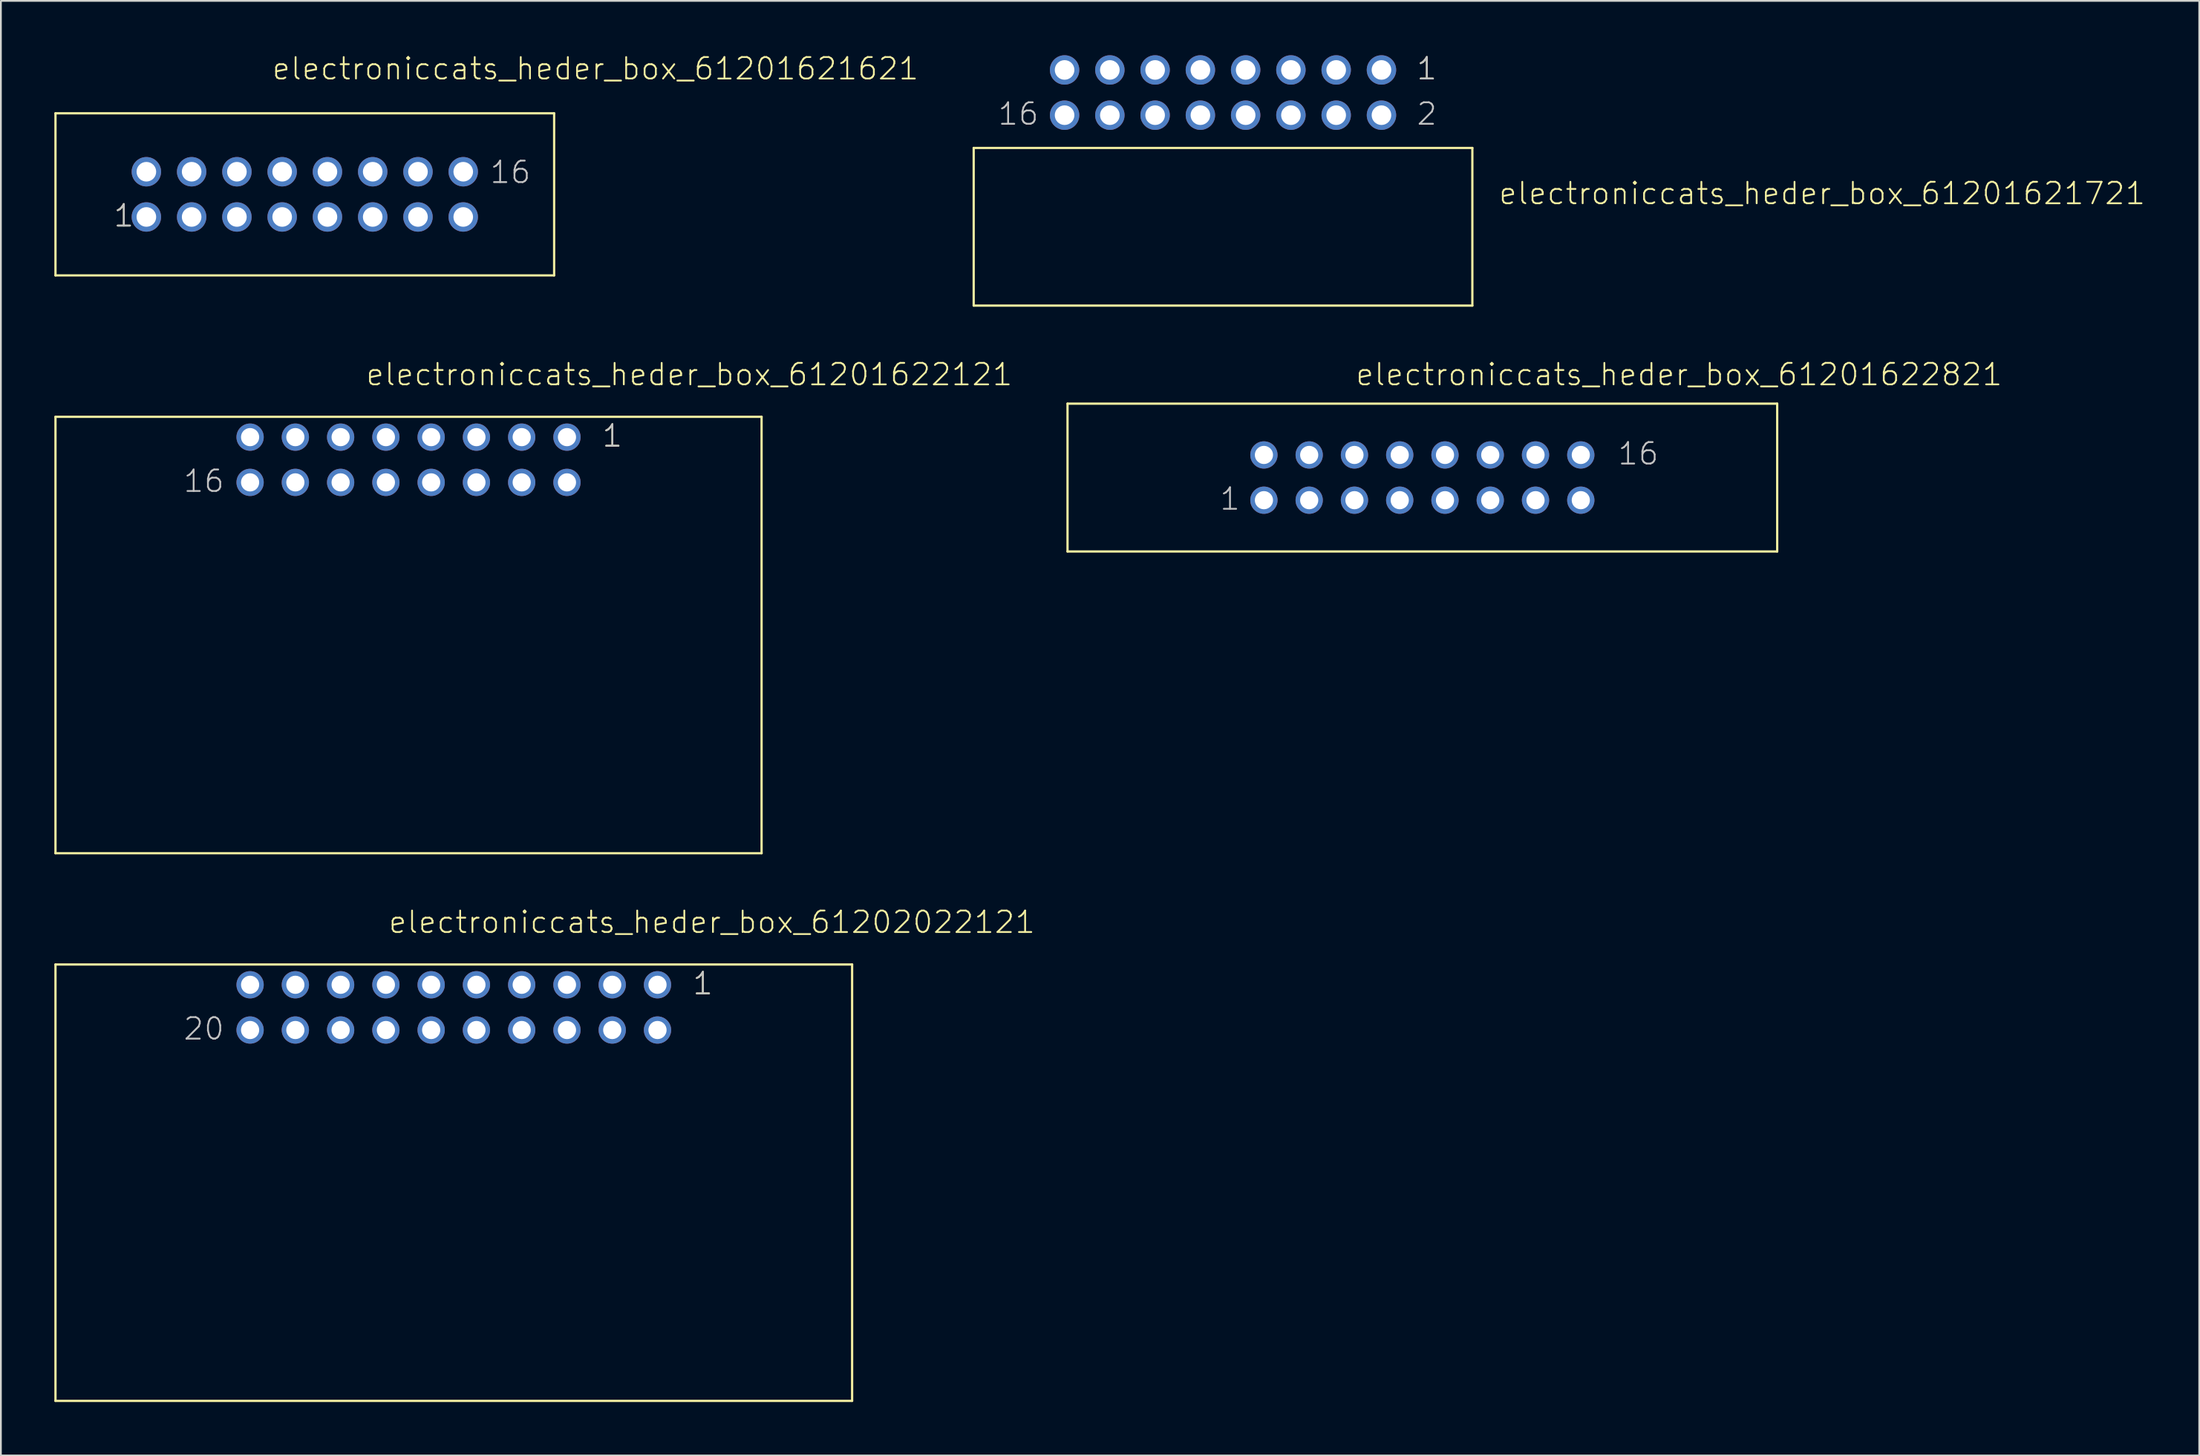
<source format=kicad_pcb>
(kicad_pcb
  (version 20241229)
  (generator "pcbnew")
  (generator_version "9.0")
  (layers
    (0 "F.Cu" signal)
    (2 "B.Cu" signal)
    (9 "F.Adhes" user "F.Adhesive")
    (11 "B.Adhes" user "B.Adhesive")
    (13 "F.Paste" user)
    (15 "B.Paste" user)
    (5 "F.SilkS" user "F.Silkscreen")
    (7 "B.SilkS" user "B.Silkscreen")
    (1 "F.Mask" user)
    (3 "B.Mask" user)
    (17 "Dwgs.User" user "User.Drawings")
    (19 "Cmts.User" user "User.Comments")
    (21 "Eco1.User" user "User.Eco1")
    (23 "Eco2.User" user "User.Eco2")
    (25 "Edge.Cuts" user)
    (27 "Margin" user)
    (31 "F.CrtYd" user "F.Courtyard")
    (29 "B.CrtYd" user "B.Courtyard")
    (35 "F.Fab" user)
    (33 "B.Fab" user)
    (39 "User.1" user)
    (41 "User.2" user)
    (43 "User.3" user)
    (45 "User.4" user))
  (footprint "electroniccats_heder_box_61201621621"
    (layer "F.Cu")
    (at 14.053 7.861)
    (property "Reference" "electroniccats_heder_box_61201621621" (at -1.905 -6.35 0) (layer "F.SilkS") (effects (font (size 1.206 1.206) (thickness 0.102)) (justify left bottom)))
    (attr through_hole)
    (fp_line (start -13.99 -4.55) (end 13.99 -4.55) (stroke (width 0.127) (type solid)) (layer "F.SilkS"))
    (fp_line (start -13.99 4.55) (end -13.99 -4.55) (stroke (width 0.127) (type solid)) (layer "F.SilkS"))
    (fp_line (start 13.99 -4.55) (end 13.99 4.55) (stroke (width 0.127) (type solid)) (layer "F.SilkS"))
    (fp_line (start 13.99 4.55) (end -13.99 4.55) (stroke (width 0.127) (type solid)) (layer "F.SilkS"))
    (fp_text user "1" (at -10.795 1.905 0) (layer "F.SilkS") (effects (font (size 1.206 1.206) (thickness 0.102)) (justify left bottom)))
    (fp_text user "16" (at 10.32 -0.535 0) (layer "Dwgs.User") (effects (font (size 1.206 1.206) (thickness 0.102)) (justify left bottom)))
    (fp_text user "1" (at -10.795 1.905 0) (layer "Dwgs.User") (effects (font (size 1.206 1.206) (thickness 0.102)) (justify left bottom)))
    (pad "1" thru_hole circle (at -8.89 1.27) (size 1.65 1.65) (drill 1.1) (layers "*.Cu" "*.Mask"))
    (pad "2" thru_hole circle (at -8.89 -1.27) (size 1.65 1.65) (drill 1.1) (layers "*.Cu" "*.Mask"))
    (pad "3" thru_hole circle (at -6.35 1.27) (size 1.65 1.65) (drill 1.1) (layers "*.Cu" "*.Mask"))
    (pad "4" thru_hole circle (at -6.35 -1.27) (size 1.65 1.65) (drill 1.1) (layers "*.Cu" "*.Mask"))
    (pad "5" thru_hole circle (at -3.81 1.27) (size 1.65 1.65) (drill 1.1) (layers "*.Cu" "*.Mask"))
    (pad "6" thru_hole circle (at -3.81 -1.27) (size 1.65 1.65) (drill 1.1) (layers "*.Cu" "*.Mask"))
    (pad "7" thru_hole circle (at -1.27 1.27) (size 1.65 1.65) (drill 1.1) (layers "*.Cu" "*.Mask"))
    (pad "8" thru_hole circle (at -1.27 -1.27) (size 1.65 1.65) (drill 1.1) (layers "*.Cu" "*.Mask"))
    (pad "9" thru_hole circle (at 1.27 1.27) (size 1.65 1.65) (drill 1.1) (layers "*.Cu" "*.Mask"))
    (pad "10" thru_hole circle (at 1.27 -1.27) (size 1.65 1.65) (drill 1.1) (layers "*.Cu" "*.Mask"))
    (pad "11" thru_hole circle (at 3.81 1.27) (size 1.65 1.65) (drill 1.1) (layers "*.Cu" "*.Mask"))
    (pad "12" thru_hole circle (at 3.81 -1.27) (size 1.65 1.65) (drill 1.1) (layers "*.Cu" "*.Mask"))
    (pad "13" thru_hole circle (at 6.35 1.27) (size 1.65 1.65) (drill 1.1) (layers "*.Cu" "*.Mask"))
    (pad "14" thru_hole circle (at 6.35 -1.27) (size 1.65 1.65) (drill 1.1) (layers "*.Cu" "*.Mask"))
    (pad "15" thru_hole circle (at 8.89 1.27) (size 1.65 1.65) (drill 1.1) (layers "*.Cu" "*.Mask"))
    (pad "16" thru_hole circle (at 8.89 -1.27) (size 1.65 1.65) (drill 1.1) (layers "*.Cu" "*.Mask")))
  (footprint "electroniccats_heder_box_61201621721"
    (layer "F.Cu")
    (at 65.575 2.146)
    (property "Reference" "electroniccats_heder_box_61201621721" (at 15.403 6.368 0) (layer "F.SilkS") (effects (font (size 1.206 1.206) (thickness 0.102)) (justify left bottom)))
    (attr through_hole)
    (fp_line (start -13.99 3.11) (end 13.99 3.11) (stroke (width 0.127) (type solid)) (layer "F.SilkS"))
    (fp_line (start -13.99 11.96) (end -13.99 3.11) (stroke (width 0.127) (type solid)) (layer "F.SilkS"))
    (fp_line (start 13.99 3.11) (end 13.99 11.96) (stroke (width 0.127) (type solid)) (layer "F.SilkS"))
    (fp_line (start 13.99 11.96) (end -13.99 11.96) (stroke (width 0.127) (type solid)) (layer "F.SilkS"))
    (fp_text user "1" (at 10.795 -0.635 0) (layer "F.SilkS") (effects (font (size 1.206 1.206) (thickness 0.102)) (justify left bottom)))
    (fp_text user "1" (at 10.795 -0.635 0) (layer "Dwgs.User") (effects (font (size 1.206 1.206) (thickness 0.102)) (justify left bottom)))
    (fp_text user "16" (at -12.7 1.905 0) (layer "Dwgs.User") (effects (font (size 1.206 1.206) (thickness 0.102)) (justify left bottom)))
    (fp_text user "2" (at 10.795 1.905 0) (layer "Dwgs.User") (effects (font (size 1.206 1.206) (thickness 0.102)) (justify left bottom)))
    (pad "1" thru_hole circle (at 8.89 -1.27) (size 1.65 1.65) (drill 1.1) (layers "*.Cu" "*.Mask"))
    (pad "2" thru_hole circle (at 8.89 1.27) (size 1.65 1.65) (drill 1.1) (layers "*.Cu" "*.Mask"))
    (pad "3" thru_hole circle (at 6.35 -1.27) (size 1.65 1.65) (drill 1.1) (layers "*.Cu" "*.Mask"))
    (pad "4" thru_hole circle (at 6.35 1.27) (size 1.65 1.65) (drill 1.1) (layers "*.Cu" "*.Mask"))
    (pad "5" thru_hole circle (at 3.81 -1.27) (size 1.65 1.65) (drill 1.1) (layers "*.Cu" "*.Mask"))
    (pad "6" thru_hole circle (at 3.81 1.27) (size 1.65 1.65) (drill 1.1) (layers "*.Cu" "*.Mask"))
    (pad "7" thru_hole circle (at 1.27 -1.27) (size 1.65 1.65) (drill 1.1) (layers "*.Cu" "*.Mask"))
    (pad "8" thru_hole circle (at 1.27 1.27) (size 1.65 1.65) (drill 1.1) (layers "*.Cu" "*.Mask"))
    (pad "9" thru_hole circle (at -1.27 -1.27) (size 1.65 1.65) (drill 1.1) (layers "*.Cu" "*.Mask"))
    (pad "10" thru_hole circle (at -1.27 1.27) (size 1.65 1.65) (drill 1.1) (layers "*.Cu" "*.Mask"))
    (pad "11" thru_hole circle (at -3.81 -1.27) (size 1.65 1.65) (drill 1.1) (layers "*.Cu" "*.Mask"))
    (pad "12" thru_hole circle (at -3.81 1.27) (size 1.65 1.65) (drill 1.1) (layers "*.Cu" "*.Mask"))
    (pad "13" thru_hole circle (at -6.35 -1.27) (size 1.65 1.65) (drill 1.1) (layers "*.Cu" "*.Mask"))
    (pad "14" thru_hole circle (at -6.35 1.27) (size 1.65 1.65) (drill 1.1) (layers "*.Cu" "*.Mask"))
    (pad "15" thru_hole circle (at -8.89 -1.27) (size 1.65 1.65) (drill 1.1) (layers "*.Cu" "*.Mask"))
    (pad "16" thru_hole circle (at -8.89 1.27) (size 1.65 1.65) (drill 1.1) (layers "*.Cu" "*.Mask")))
  (footprint "electroniccats_heder_box_61201622821"
    (layer "F.Cu")
    (at 76.76 23.761)
    (property "Reference" "electroniccats_heder_box_61201622821" (at -3.81 -5.08 0) (layer "F.SilkS") (effects (font (size 1.206 1.206) (thickness 0.102)) (justify left bottom)))
    (attr through_hole)
    (fp_line (start -19.91 -4.15) (end 19.91 -4.15) (stroke (width 0.127) (type solid)) (layer "F.SilkS"))
    (fp_line (start -19.91 4.15) (end -19.91 -4.15) (stroke (width 0.127) (type solid)) (layer "F.SilkS"))
    (fp_line (start 19.91 -4.15) (end 19.91 4.15) (stroke (width 0.127) (type solid)) (layer "F.SilkS"))
    (fp_line (start 19.91 4.15) (end -19.91 4.15) (stroke (width 0.127) (type solid)) (layer "F.SilkS"))
    (fp_text user "16" (at 10.9 -0.635 0) (layer "Dwgs.User") (effects (font (size 1.206 1.206) (thickness 0.102)) (justify left bottom)))
    (fp_text user "1" (at -11.435 1.905 0) (layer "Dwgs.User") (effects (font (size 1.206 1.206) (thickness 0.102)) (justify left bottom)))
    (pad "1" thru_hole circle (at -8.89 1.27 180) (size 1.53 1.53) (drill 1.02) (layers "*.Cu" "*.Mask"))
    (pad "2" thru_hole circle (at -8.89 -1.27 180) (size 1.53 1.53) (drill 1.02) (layers "*.Cu" "*.Mask"))
    (pad "3" thru_hole circle (at -6.35 1.27 180) (size 1.53 1.53) (drill 1.02) (layers "*.Cu" "*.Mask"))
    (pad "4" thru_hole circle (at -6.35 -1.27 180) (size 1.53 1.53) (drill 1.02) (layers "*.Cu" "*.Mask"))
    (pad "5" thru_hole circle (at -3.81 1.27 180) (size 1.53 1.53) (drill 1.02) (layers "*.Cu" "*.Mask"))
    (pad "6" thru_hole circle (at -3.81 -1.27 180) (size 1.53 1.53) (drill 1.02) (layers "*.Cu" "*.Mask"))
    (pad "7" thru_hole circle (at -1.27 1.27 180) (size 1.53 1.53) (drill 1.02) (layers "*.Cu" "*.Mask"))
    (pad "8" thru_hole circle (at -1.27 -1.27 180) (size 1.53 1.53) (drill 1.02) (layers "*.Cu" "*.Mask"))
    (pad "9" thru_hole circle (at 1.27 1.27 180) (size 1.53 1.53) (drill 1.02) (layers "*.Cu" "*.Mask"))
    (pad "10" thru_hole circle (at 1.27 -1.27 180) (size 1.53 1.53) (drill 1.02) (layers "*.Cu" "*.Mask"))
    (pad "11" thru_hole circle (at 3.81 1.27 180) (size 1.53 1.53) (drill 1.02) (layers "*.Cu" "*.Mask"))
    (pad "12" thru_hole circle (at 3.81 -1.27 180) (size 1.53 1.53) (drill 1.02) (layers "*.Cu" "*.Mask"))
    (pad "13" thru_hole circle (at 6.35 1.27 180) (size 1.53 1.53) (drill 1.02) (layers "*.Cu" "*.Mask"))
    (pad "14" thru_hole circle (at 6.35 -1.27 180) (size 1.53 1.53) (drill 1.02) (layers "*.Cu" "*.Mask"))
    (pad "15" thru_hole circle (at 8.89 1.27 180) (size 1.53 1.53) (drill 1.02) (layers "*.Cu" "*.Mask"))
    (pad "16" thru_hole circle (at 8.89 -1.27 180) (size 1.53 1.53) (drill 1.02) (layers "*.Cu" "*.Mask")))
  (footprint "electroniccats_heder_box_61202022121"
    (layer "F.Cu")
    (at 22.413 53.506)
    (property "Reference" "electroniccats_heder_box_61202022121" (at -3.73 -4.08 0) (layer "F.SilkS") (effects (font (size 1.206 1.206) (thickness 0.102)) (justify left bottom)))
    (attr through_hole)
    (fp_line (start -22.35 -2.41) (end -22.35 22.09) (stroke (width 0.127) (type solid)) (layer "F.SilkS"))
    (fp_line (start -22.35 -2.41) (end 22.35 -2.41) (stroke (width 0.127) (type solid)) (layer "F.SilkS"))
    (fp_line (start -22.35 22.09) (end 22.35 22.09) (stroke (width 0.127) (type solid)) (layer "F.SilkS"))
    (fp_line (start 22.35 -2.41) (end 22.35 22.09) (stroke (width 0.127) (type solid)) (layer "F.SilkS"))
    (fp_text user "1" (at 13.335 -0.635 0) (layer "F.SilkS") (effects (font (size 1.206 1.206) (thickness 0.102)) (justify left bottom)))
    (fp_text user "20" (at -15.24 1.905 0) (layer "Dwgs.User") (effects (font (size 1.206 1.206) (thickness 0.102)) (justify left bottom)))
    (fp_text user "1" (at 13.335 -0.635 0) (layer "Dwgs.User") (effects (font (size 1.206 1.206) (thickness 0.102)) (justify left bottom)))
    (pad "1" thru_hole circle (at 11.43 -1.27) (size 1.53 1.53) (drill 1.02) (layers "*.Cu" "*.Mask"))
    (pad "2" thru_hole circle (at 11.43 1.27) (size 1.53 1.53) (drill 1.02) (layers "*.Cu" "*.Mask"))
    (pad "3" thru_hole circle (at 8.89 -1.27) (size 1.53 1.53) (drill 1.02) (layers "*.Cu" "*.Mask"))
    (pad "4" thru_hole circle (at 8.89 1.27) (size 1.53 1.53) (drill 1.02) (layers "*.Cu" "*.Mask"))
    (pad "5" thru_hole circle (at 6.35 -1.27) (size 1.53 1.53) (drill 1.02) (layers "*.Cu" "*.Mask"))
    (pad "6" thru_hole circle (at 6.35 1.27) (size 1.53 1.53) (drill 1.02) (layers "*.Cu" "*.Mask"))
    (pad "7" thru_hole circle (at 3.81 -1.27) (size 1.53 1.53) (drill 1.02) (layers "*.Cu" "*.Mask"))
    (pad "8" thru_hole circle (at 3.81 1.27) (size 1.53 1.53) (drill 1.02) (layers "*.Cu" "*.Mask"))
    (pad "9" thru_hole circle (at 1.27 -1.27) (size 1.53 1.53) (drill 1.02) (layers "*.Cu" "*.Mask"))
    (pad "10" thru_hole circle (at 1.27 1.27) (size 1.53 1.53) (drill 1.02) (layers "*.Cu" "*.Mask"))
    (pad "11" thru_hole circle (at -1.27 -1.27) (size 1.53 1.53) (drill 1.02) (layers "*.Cu" "*.Mask"))
    (pad "12" thru_hole circle (at -1.27 1.27) (size 1.53 1.53) (drill 1.02) (layers "*.Cu" "*.Mask"))
    (pad "13" thru_hole circle (at -3.81 -1.27) (size 1.53 1.53) (drill 1.02) (layers "*.Cu" "*.Mask"))
    (pad "14" thru_hole circle (at -3.81 1.27) (size 1.53 1.53) (drill 1.02) (layers "*.Cu" "*.Mask"))
    (pad "15" thru_hole circle (at -6.35 -1.27) (size 1.53 1.53) (drill 1.02) (layers "*.Cu" "*.Mask"))
    (pad "16" thru_hole circle (at -6.35 1.27) (size 1.53 1.53) (drill 1.02) (layers "*.Cu" "*.Mask"))
    (pad "17" thru_hole circle (at -8.89 -1.27) (size 1.53 1.53) (drill 1.02) (layers "*.Cu" "*.Mask"))
    (pad "18" thru_hole circle (at -8.89 1.27) (size 1.53 1.53) (drill 1.02) (layers "*.Cu" "*.Mask"))
    (pad "19" thru_hole circle (at -11.43 -1.27) (size 1.53 1.53) (drill 1.02) (layers "*.Cu" "*.Mask"))
    (pad "20" thru_hole circle (at -11.43 1.27) (size 1.53 1.53) (drill 1.02) (layers "*.Cu" "*.Mask")))
  (footprint "electroniccats_heder_box_61201622121"
    (layer "F.Cu")
    (at 19.873 22.761)
    (property "Reference" "electroniccats_heder_box_61201622121" (at -2.46 -4.08 0) (layer "F.SilkS") (effects (font (size 1.206 1.206) (thickness 0.102)) (justify left bottom)))
    (attr through_hole)
    (fp_line (start -19.81 -2.41) (end -19.81 22.09) (stroke (width 0.127) (type solid)) (layer "F.SilkS"))
    (fp_line (start -19.81 -2.41) (end 19.81 -2.41) (stroke (width 0.127) (type solid)) (layer "F.SilkS"))
    (fp_line (start -19.81 22.09) (end 19.81 22.09) (stroke (width 0.127) (type solid)) (layer "F.SilkS"))
    (fp_line (start 19.81 -2.41) (end 19.81 22.09) (stroke (width 0.127) (type solid)) (layer "F.SilkS"))
    (fp_text user "1" (at 10.795 -0.635 0) (layer "F.SilkS") (effects (font (size 1.206 1.206) (thickness 0.102)) (justify left bottom)))
    (fp_text user "16" (at -12.7 1.905 0) (layer "Dwgs.User") (effects (font (size 1.206 1.206) (thickness 0.102)) (justify left bottom)))
    (fp_text user "1" (at 10.795 -0.635 0) (layer "Dwgs.User") (effects (font (size 1.206 1.206) (thickness 0.102)) (justify left bottom)))
    (pad "1" thru_hole circle (at 8.89 -1.27) (size 1.53 1.53) (drill 1.02) (layers "*.Cu" "*.Mask"))
    (pad "2" thru_hole circle (at 8.89 1.27) (size 1.53 1.53) (drill 1.02) (layers "*.Cu" "*.Mask"))
    (pad "3" thru_hole circle (at 6.35 -1.27) (size 1.53 1.53) (drill 1.02) (layers "*.Cu" "*.Mask"))
    (pad "4" thru_hole circle (at 6.35 1.27) (size 1.53 1.53) (drill 1.02) (layers "*.Cu" "*.Mask"))
    (pad "5" thru_hole circle (at 3.81 -1.27) (size 1.53 1.53) (drill 1.02) (layers "*.Cu" "*.Mask"))
    (pad "6" thru_hole circle (at 3.81 1.27) (size 1.53 1.53) (drill 1.02) (layers "*.Cu" "*.Mask"))
    (pad "7" thru_hole circle (at 1.27 -1.27) (size 1.53 1.53) (drill 1.02) (layers "*.Cu" "*.Mask"))
    (pad "8" thru_hole circle (at 1.27 1.27) (size 1.53 1.53) (drill 1.02) (layers "*.Cu" "*.Mask"))
    (pad "9" thru_hole circle (at -1.27 -1.27) (size 1.53 1.53) (drill 1.02) (layers "*.Cu" "*.Mask"))
    (pad "10" thru_hole circle (at -1.27 1.27) (size 1.53 1.53) (drill 1.02) (layers "*.Cu" "*.Mask"))
    (pad "11" thru_hole circle (at -3.81 -1.27) (size 1.53 1.53) (drill 1.02) (layers "*.Cu" "*.Mask"))
    (pad "12" thru_hole circle (at -3.81 1.27) (size 1.53 1.53) (drill 1.02) (layers "*.Cu" "*.Mask"))
    (pad "13" thru_hole circle (at -6.35 -1.27) (size 1.53 1.53) (drill 1.02) (layers "*.Cu" "*.Mask"))
    (pad "14" thru_hole circle (at -6.35 1.27) (size 1.53 1.53) (drill 1.02) (layers "*.Cu" "*.Mask"))
    (pad "15" thru_hole circle (at -8.89 -1.27) (size 1.53 1.53) (drill 1.02) (layers "*.Cu" "*.Mask"))
    (pad "16" thru_hole circle (at -8.89 1.27) (size 1.53 1.53) (drill 1.02) (layers "*.Cu" "*.Mask")))
  (gr_rect
    (start -3 -3)
    (end 120.352 78.659)
    (stroke (width 0.1) (type default))
    (fill no)
    (layer "Edge.Cuts")))
</source>
